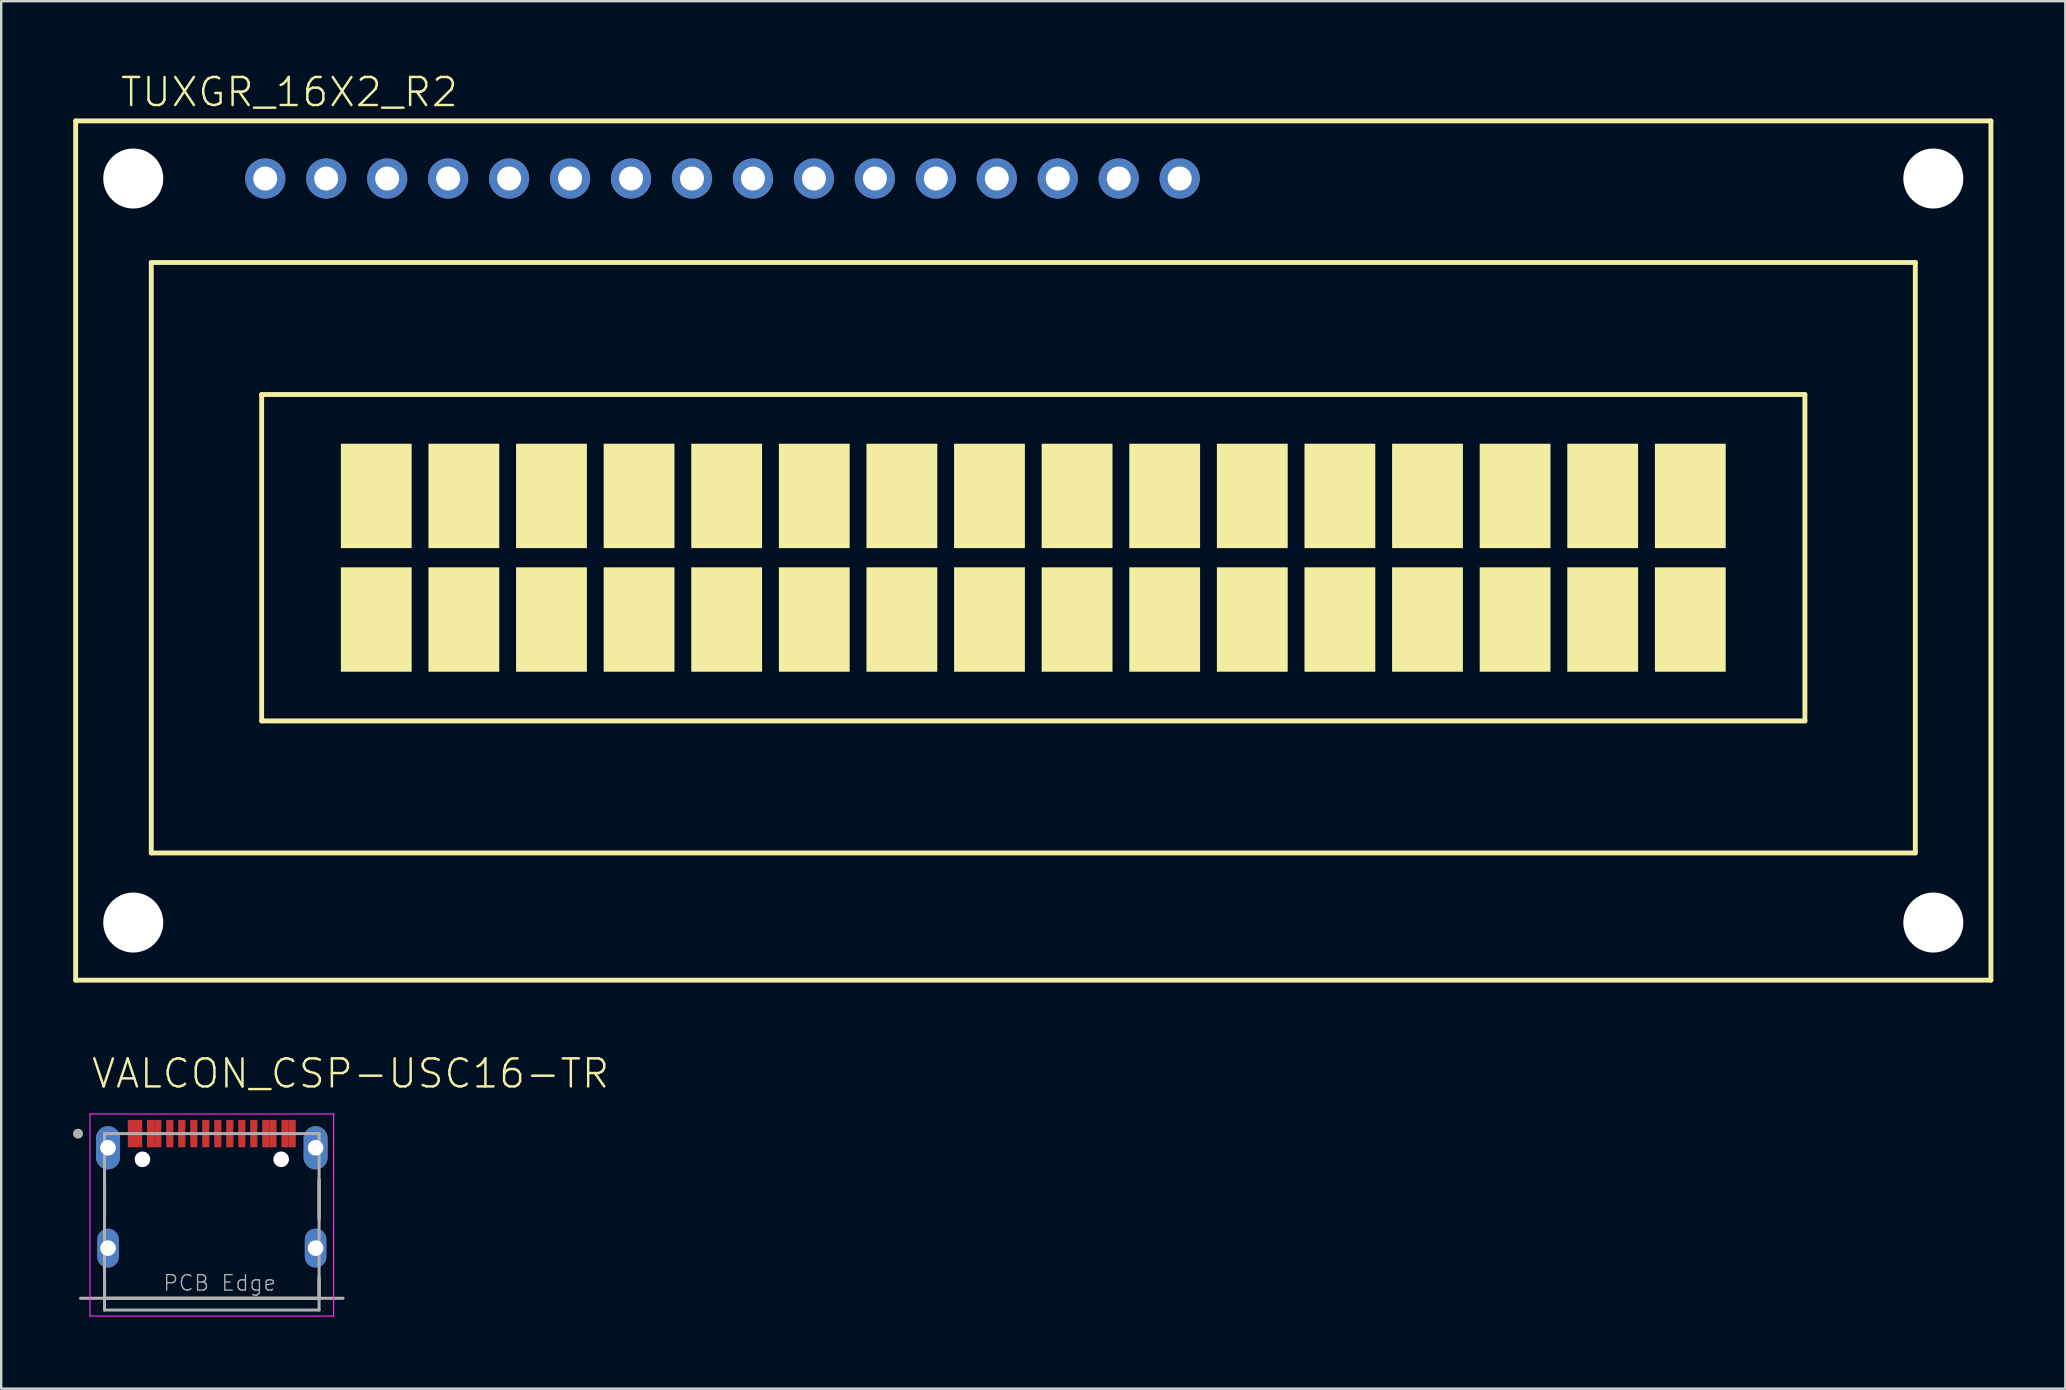
<source format=kicad_pcb>
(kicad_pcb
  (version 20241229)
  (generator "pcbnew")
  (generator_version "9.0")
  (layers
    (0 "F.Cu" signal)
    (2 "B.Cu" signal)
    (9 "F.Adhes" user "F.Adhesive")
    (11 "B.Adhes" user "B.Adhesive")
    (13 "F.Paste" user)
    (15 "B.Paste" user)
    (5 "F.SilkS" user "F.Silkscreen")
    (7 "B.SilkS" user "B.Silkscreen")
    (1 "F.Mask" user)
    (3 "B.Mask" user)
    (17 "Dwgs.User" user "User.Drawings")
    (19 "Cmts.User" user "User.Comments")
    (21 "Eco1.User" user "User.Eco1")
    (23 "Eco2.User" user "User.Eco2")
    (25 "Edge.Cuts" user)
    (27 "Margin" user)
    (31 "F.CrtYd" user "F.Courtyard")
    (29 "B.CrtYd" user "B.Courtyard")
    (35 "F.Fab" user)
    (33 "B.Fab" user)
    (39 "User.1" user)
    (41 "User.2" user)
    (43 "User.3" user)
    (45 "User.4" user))
  (footprint "TUXGR_16X2_R2"
    (layer "F.Cu")
    (at 40.002 19.888)
    (property "Reference" "TUXGR_16X2_R2" (at -38.1 -18.415 0) (layer "F.SilkS") (effects (font (size 1.168 1.168) (thickness 0.102)) (justify left bottom)))
    (fp_line (start -39.9 -17.9) (end 39.9 -17.9) (stroke (width 0.203) (type solid)) (layer "F.SilkS"))
    (fp_line (start -39.9 17.9) (end -39.9 -17.9) (stroke (width 0.203) (type solid)) (layer "F.SilkS"))
    (fp_line (start -36.75 -12) (end 36.75 -12) (stroke (width 0.203) (type solid)) (layer "F.SilkS"))
    (fp_line (start -36.75 12.6) (end -36.75 -12) (stroke (width 0.203) (type solid)) (layer "F.SilkS"))
    (fp_line (start -32.15 -6.5) (end 32.15 -6.5) (stroke (width 0.203) (type solid)) (layer "F.SilkS"))
    (fp_line (start -32.15 7.1) (end -32.15 -6.5) (stroke (width 0.203) (type solid)) (layer "F.SilkS"))
    (fp_line (start 32.15 -6.5) (end 32.15 7.1) (stroke (width 0.203) (type solid)) (layer "F.SilkS"))
    (fp_line (start 32.15 7.1) (end -32.15 7.1) (stroke (width 0.203) (type solid)) (layer "F.SilkS"))
    (fp_line (start 36.75 -12) (end 36.75 12.6) (stroke (width 0.203) (type solid)) (layer "F.SilkS"))
    (fp_line (start 36.75 12.6) (end -36.75 12.6) (stroke (width 0.203) (type solid)) (layer "F.SilkS"))
    (fp_line (start 39.9 -17.9) (end 39.9 17.9) (stroke (width 0.203) (type solid)) (layer "F.SilkS"))
    (fp_line (start 39.9 17.9) (end -39.9 17.9) (stroke (width 0.203) (type solid)) (layer "F.SilkS"))
    (fp_poly (pts (xy -28.85 -0.1) (xy -25.9 -0.1) (xy -25.9 -4.45) (xy -28.85 -4.45)) (stroke (width 0) (type default)) (fill yes) (layer "F.SilkS"))
    (fp_poly (pts (xy -28.85 5.05) (xy -25.9 5.05) (xy -25.9 0.7) (xy -28.85 0.7)) (stroke (width 0) (type default)) (fill yes) (layer "F.SilkS"))
    (fp_poly (pts (xy -25.2 -0.1) (xy -22.25 -0.1) (xy -22.25 -4.45) (xy -25.2 -4.45)) (stroke (width 0) (type default)) (fill yes) (layer "F.SilkS"))
    (fp_poly (pts (xy -25.2 5.05) (xy -22.25 5.05) (xy -22.25 0.7) (xy -25.2 0.7)) (stroke (width 0) (type default)) (fill yes) (layer "F.SilkS"))
    (fp_poly (pts (xy -21.55 -0.1) (xy -18.6 -0.1) (xy -18.6 -4.45) (xy -21.55 -4.45)) (stroke (width 0) (type default)) (fill yes) (layer "F.SilkS"))
    (fp_poly (pts (xy -21.55 5.05) (xy -18.6 5.05) (xy -18.6 0.7) (xy -21.55 0.7)) (stroke (width 0) (type default)) (fill yes) (layer "F.SilkS"))
    (fp_poly (pts (xy -17.9 -0.1) (xy -14.95 -0.1) (xy -14.95 -4.45) (xy -17.9 -4.45)) (stroke (width 0) (type default)) (fill yes) (layer "F.SilkS"))
    (fp_poly (pts (xy -17.9 5.05) (xy -14.95 5.05) (xy -14.95 0.7) (xy -17.9 0.7)) (stroke (width 0) (type default)) (fill yes) (layer "F.SilkS"))
    (fp_poly (pts (xy -14.25 -0.1) (xy -11.3 -0.1) (xy -11.3 -4.45) (xy -14.25 -4.45)) (stroke (width 0) (type default)) (fill yes) (layer "F.SilkS"))
    (fp_poly (pts (xy -14.25 5.05) (xy -11.3 5.05) (xy -11.3 0.7) (xy -14.25 0.7)) (stroke (width 0) (type default)) (fill yes) (layer "F.SilkS"))
    (fp_poly (pts (xy -10.6 -0.1) (xy -7.65 -0.1) (xy -7.65 -4.45) (xy -10.6 -4.45)) (stroke (width 0) (type default)) (fill yes) (layer "F.SilkS"))
    (fp_poly (pts (xy -10.6 5.05) (xy -7.65 5.05) (xy -7.65 0.7) (xy -10.6 0.7)) (stroke (width 0) (type default)) (fill yes) (layer "F.SilkS"))
    (fp_poly (pts (xy -6.95 -0.1) (xy -4 -0.1) (xy -4 -4.45) (xy -6.95 -4.45)) (stroke (width 0) (type default)) (fill yes) (layer "F.SilkS"))
    (fp_poly (pts (xy -6.95 5.05) (xy -4 5.05) (xy -4 0.7) (xy -6.95 0.7)) (stroke (width 0) (type default)) (fill yes) (layer "F.SilkS"))
    (fp_poly (pts (xy -3.3 -0.1) (xy -0.35 -0.1) (xy -0.35 -4.45) (xy -3.3 -4.45)) (stroke (width 0) (type default)) (fill yes) (layer "F.SilkS"))
    (fp_poly (pts (xy -3.3 5.05) (xy -0.35 5.05) (xy -0.35 0.7) (xy -3.3 0.7)) (stroke (width 0) (type default)) (fill yes) (layer "F.SilkS"))
    (fp_poly (pts (xy 0.35 -0.1) (xy 3.3 -0.1) (xy 3.3 -4.45) (xy 0.35 -4.45)) (stroke (width 0) (type default)) (fill yes) (layer "F.SilkS"))
    (fp_poly (pts (xy 0.35 5.05) (xy 3.3 5.05) (xy 3.3 0.7) (xy 0.35 0.7)) (stroke (width 0) (type default)) (fill yes) (layer "F.SilkS"))
    (fp_poly (pts (xy 4 -0.1) (xy 6.95 -0.1) (xy 6.95 -4.45) (xy 4 -4.45)) (stroke (width 0) (type default)) (fill yes) (layer "F.SilkS"))
    (fp_poly (pts (xy 4 5.05) (xy 6.95 5.05) (xy 6.95 0.7) (xy 4 0.7)) (stroke (width 0) (type default)) (fill yes) (layer "F.SilkS"))
    (fp_poly (pts (xy 7.65 -0.1) (xy 10.6 -0.1) (xy 10.6 -4.45) (xy 7.65 -4.45)) (stroke (width 0) (type default)) (fill yes) (layer "F.SilkS"))
    (fp_poly (pts (xy 7.65 5.05) (xy 10.6 5.05) (xy 10.6 0.7) (xy 7.65 0.7)) (stroke (width 0) (type default)) (fill yes) (layer "F.SilkS"))
    (fp_poly (pts (xy 11.3 -0.1) (xy 14.25 -0.1) (xy 14.25 -4.45) (xy 11.3 -4.45)) (stroke (width 0) (type default)) (fill yes) (layer "F.SilkS"))
    (fp_poly (pts (xy 11.3 5.05) (xy 14.25 5.05) (xy 14.25 0.7) (xy 11.3 0.7)) (stroke (width 0) (type default)) (fill yes) (layer "F.SilkS"))
    (fp_poly (pts (xy 14.95 -0.1) (xy 17.9 -0.1) (xy 17.9 -4.45) (xy 14.95 -4.45)) (stroke (width 0) (type default)) (fill yes) (layer "F.SilkS"))
    (fp_poly (pts (xy 14.95 5.05) (xy 17.9 5.05) (xy 17.9 0.7) (xy 14.95 0.7)) (stroke (width 0) (type default)) (fill yes) (layer "F.SilkS"))
    (fp_poly (pts (xy 18.6 -0.1) (xy 21.55 -0.1) (xy 21.55 -4.45) (xy 18.6 -4.45)) (stroke (width 0) (type default)) (fill yes) (layer "F.SilkS"))
    (fp_poly (pts (xy 18.6 5.05) (xy 21.55 5.05) (xy 21.55 0.7) (xy 18.6 0.7)) (stroke (width 0) (type default)) (fill yes) (layer "F.SilkS"))
    (fp_poly (pts (xy 22.25 -0.1) (xy 25.2 -0.1) (xy 25.2 -4.45) (xy 22.25 -4.45)) (stroke (width 0) (type default)) (fill yes) (layer "F.SilkS"))
    (fp_poly (pts (xy 22.25 5.05) (xy 25.2 5.05) (xy 25.2 0.7) (xy 22.25 0.7)) (stroke (width 0) (type default)) (fill yes) (layer "F.SilkS"))
    (fp_poly (pts (xy 25.9 -0.1) (xy 28.85 -0.1) (xy 28.85 -4.45) (xy 25.9 -4.45)) (stroke (width 0) (type default)) (fill yes) (layer "F.SilkS"))
    (fp_poly (pts (xy 25.9 5.05) (xy 28.85 5.05) (xy 28.85 0.7) (xy 25.9 0.7)) (stroke (width 0) (type default)) (fill yes) (layer "F.SilkS"))
    (pad "" np_thru_hole circle (at -37.5 -15.5) (size 2.5 2.5) (drill 2.5) (layers "*.Cu" "*.Mask"))
    (pad "" np_thru_hole circle (at -37.5 15.5) (size 2.5 2.5) (drill 2.5) (layers "*.Cu" "*.Mask"))
    (pad "" np_thru_hole circle (at 37.5 -15.5) (size 2.5 2.5) (drill 2.5) (layers "*.Cu" "*.Mask"))
    (pad "" np_thru_hole circle (at 37.5 15.5) (size 2.5 2.5) (drill 2.5) (layers "*.Cu" "*.Mask"))
    (pad "1" thru_hole circle (at -32 -15.5) (size 1.676 1.676) (drill 1) (layers "*.Cu" "*.Mask"))
    (pad "2" thru_hole circle (at -29.46 -15.5) (size 1.676 1.676) (drill 1) (layers "*.Cu" "*.Mask"))
    (pad "3" thru_hole circle (at -26.92 -15.5) (size 1.676 1.676) (drill 1) (layers "*.Cu" "*.Mask"))
    (pad "4" thru_hole circle (at -24.38 -15.5) (size 1.676 1.676) (drill 1) (layers "*.Cu" "*.Mask"))
    (pad "5" thru_hole circle (at -21.84 -15.5) (size 1.676 1.676) (drill 1) (layers "*.Cu" "*.Mask"))
    (pad "6" thru_hole circle (at -19.3 -15.5) (size 1.676 1.676) (drill 1) (layers "*.Cu" "*.Mask"))
    (pad "7" thru_hole circle (at -16.76 -15.5) (size 1.676 1.676) (drill 1) (layers "*.Cu" "*.Mask"))
    (pad "8" thru_hole circle (at -14.22 -15.5) (size 1.676 1.676) (drill 1) (layers "*.Cu" "*.Mask"))
    (pad "9" thru_hole circle (at -11.68 -15.5) (size 1.676 1.676) (drill 1) (layers "*.Cu" "*.Mask"))
    (pad "10" thru_hole circle (at -9.14 -15.5) (size 1.676 1.676) (drill 1) (layers "*.Cu" "*.Mask"))
    (pad "11" thru_hole circle (at -6.6 -15.5) (size 1.676 1.676) (drill 1) (layers "*.Cu" "*.Mask"))
    (pad "12" thru_hole circle (at -4.06 -15.5) (size 1.676 1.676) (drill 1) (layers "*.Cu" "*.Mask"))
    (pad "13" thru_hole circle (at -1.52 -15.5) (size 1.676 1.676) (drill 1) (layers "*.Cu" "*.Mask"))
    (pad "14" thru_hole circle (at 1.02 -15.5) (size 1.676 1.676) (drill 1) (layers "*.Cu" "*.Mask"))
    (pad "15" thru_hole circle (at 3.56 -15.5) (size 1.676 1.676) (drill 1) (layers "*.Cu" "*.Mask"))
    (pad "16" thru_hole circle (at 6.1 -15.5) (size 1.676 1.676) (drill 1) (layers "*.Cu" "*.Mask")))
  (footprint "VALCON_CSP-USC16-TR"
    (layer "F.Cu")
    (at 5.775 44.183)
    (property "Reference" "VALCON_CSP-USC16-TR" (at -5.075 -1.82 0) (layer "F.SilkS") (effects (font (size 1.168 1.168) (thickness 0.102)) (justify left bottom)))
    (fp_line (start -4.47 1.91) (end -4.47 3.55) (stroke (width 0.127) (type solid)) (layer "F.SilkS"))
    (fp_line (start -4.47 6.86) (end -4.47 6) (stroke (width 0.127) (type solid)) (layer "F.SilkS"))
    (fp_line (start -4.47 6.86) (end 4.47 6.86) (stroke (width 0.127) (type solid)) (layer "F.SilkS"))
    (fp_line (start 4.47 1.91) (end 4.47 3.55) (stroke (width 0.127) (type solid)) (layer "F.SilkS"))
    (fp_line (start 4.47 6.86) (end 4.47 6) (stroke (width 0.127) (type solid)) (layer "F.SilkS"))
    (fp_circle (center -5.575 0) (end -5.475 0) (stroke (width 0.2) (type solid)) (fill no) (layer "F.SilkS"))
    (fp_line (start -5.075 -0.82) (end -5.075 7.6) (stroke (width 0.05) (type solid)) (layer "F.CrtYd"))
    (fp_line (start -5.075 7.6) (end 5.075 7.6) (stroke (width 0.05) (type solid)) (layer "F.CrtYd"))
    (fp_line (start 5.075 -0.82) (end -5.075 -0.82) (stroke (width 0.05) (type solid)) (layer "F.CrtYd"))
    (fp_line (start 5.075 7.6) (end 5.075 -0.82) (stroke (width 0.05) (type solid)) (layer "F.CrtYd"))
    (fp_line (start -5.47 6.86) (end 5.47 6.86) (stroke (width 0.127) (type solid)) (layer "F.Fab"))
    (fp_line (start -4.47 0) (end -4.47 7.35) (stroke (width 0.127) (type solid)) (layer "F.Fab"))
    (fp_line (start -4.47 7.35) (end 4.47 7.35) (stroke (width 0.127) (type solid)) (layer "F.Fab"))
    (fp_line (start 4.47 0) (end -4.47 0) (stroke (width 0.127) (type solid)) (layer "F.Fab"))
    (fp_line (start 4.47 7.35) (end 4.47 0) (stroke (width 0.127) (type solid)) (layer "F.Fab"))
    (fp_circle (center -5.575 0) (end -5.475 0) (stroke (width 0.2) (type solid)) (fill no) (layer "F.Fab"))
    (fp_text user "PCB Edge" (at -2.07 6.6 0) (layer "F.Fab") (effects (font (size 0.644 0.644) (thickness 0.056)) (justify left bottom)))
    (pad "" np_thru_hole circle (at -2.89 1.07) (size 0.65 0.65) (drill 0.65) (layers "*.Cu" "*.Mask"))
    (pad "" np_thru_hole circle (at 2.89 1.07) (size 0.65 0.65) (drill 0.65) (layers "*.Cu" "*.Mask"))
    (pad "A1" smd rect (at -3.35 0) (size 0.3 1.14) (layers "F.Cu" "F.Mask" "F.Paste"))
    (pad "A4" smd rect (at -2.55 0) (size 0.3 1.14) (layers "F.Cu" "F.Mask" "F.Paste"))
    (pad "A5" smd rect (at -1.25 0) (size 0.3 1.14) (layers "F.Cu" "F.Mask" "F.Paste"))
    (pad "A6" smd rect (at -0.25 0) (size 0.3 1.14) (layers "F.Cu" "F.Mask" "F.Paste"))
    (pad "A7" smd rect (at 0.25 0) (size 0.3 1.14) (layers "F.Cu" "F.Mask" "F.Paste"))
    (pad "A8" smd rect (at 1.25 0) (size 0.3 1.14) (layers "F.Cu" "F.Mask" "F.Paste"))
    (pad "A9" smd rect (at 2.55 0) (size 0.3 1.14) (layers "F.Cu" "F.Mask" "F.Paste"))
    (pad "A12" smd rect (at 3.35 0) (size 0.3 1.14) (layers "F.Cu" "F.Mask" "F.Paste"))
    (pad "B1" smd rect (at 3.05 0) (size 0.3 1.14) (layers "F.Cu" "F.Mask" "F.Paste"))
    (pad "B4" smd rect (at 2.25 0) (size 0.3 1.14) (layers "F.Cu" "F.Mask" "F.Paste"))
    (pad "B5" smd rect (at 1.75 0) (size 0.3 1.14) (layers "F.Cu" "F.Mask" "F.Paste"))
    (pad "B6" smd rect (at 0.75 0) (size 0.3 1.14) (layers "F.Cu" "F.Mask" "F.Paste"))
    (pad "B7" smd rect (at -0.75 0) (size 0.3 1.14) (layers "F.Cu" "F.Mask" "F.Paste"))
    (pad "B8" smd rect (at -1.75 0) (size 0.3 1.14) (layers "F.Cu" "F.Mask" "F.Paste"))
    (pad "B9" smd rect (at -2.25 0) (size 0.3 1.14) (layers "F.Cu" "F.Mask" "F.Paste"))
    (pad "B12" smd rect (at -3.05 0) (size 0.3 1.14) (layers "F.Cu" "F.Mask" "F.Paste"))
    (pad "S1" thru_hole oval (at -4.325 0.59 90) (size 1.8 1) (drill 0.65) (layers "*.Cu" "*.Mask"))
    (pad "S2" thru_hole oval (at 4.325 0.59 90) (size 1.8 1) (drill 0.65) (layers "*.Cu" "*.Mask"))
    (pad "S3" thru_hole oval (at -4.325 4.77 90) (size 1.62 0.9) (drill 0.65) (layers "*.Cu" "*.Mask"))
    (pad "S4" thru_hole oval (at 4.325 4.77 90) (size 1.62 0.9) (drill 0.65) (layers "*.Cu" "*.Mask")))
  (gr_rect
    (start -3 -3)
    (end 83.003 54.808)
    (stroke (width 0.1) (type default))
    (fill no)
    (layer "Edge.Cuts")))
</source>
